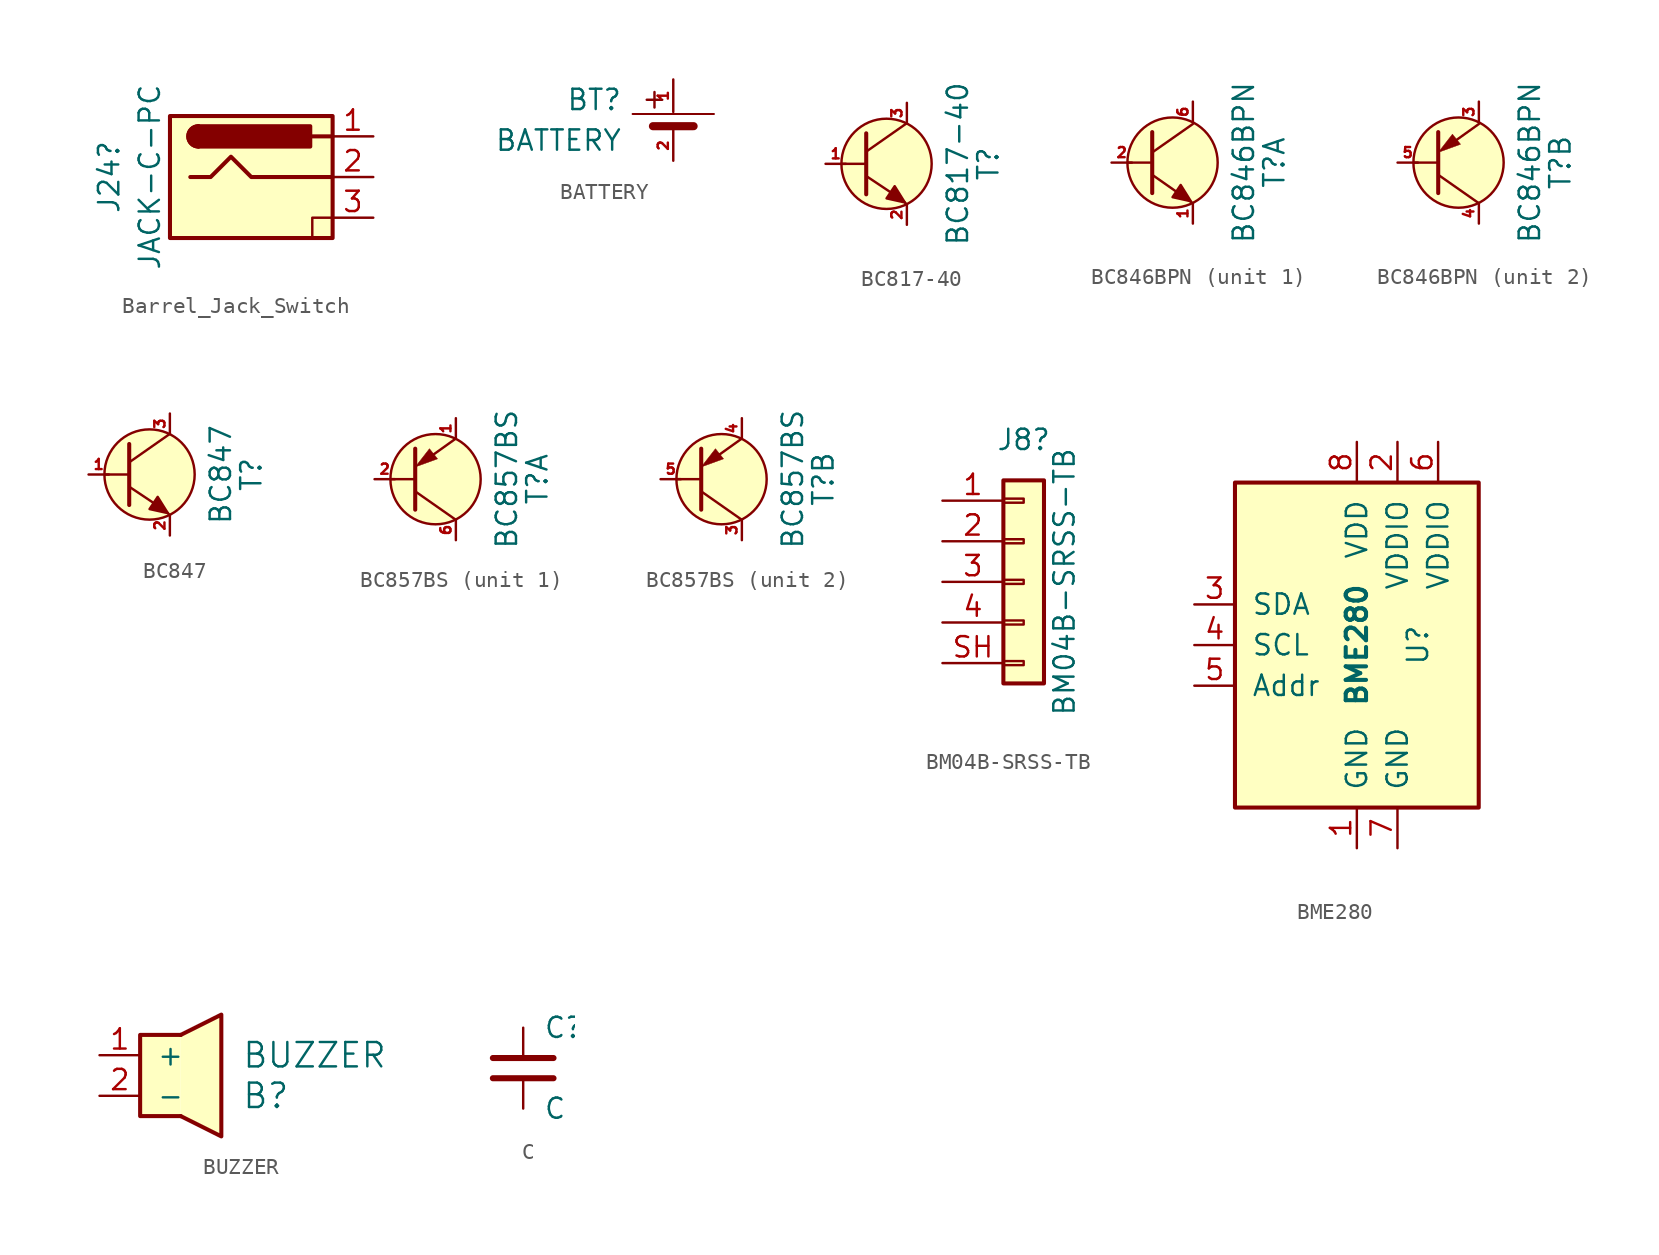
<source format=kicad_sym>
(kicad_symbol_lib
  (version 20231120)
  (generator "kicad_symbol_editor")
  (generator_version "8.0")
  (symbol "Barrel_Jack_Switch"
    (pin_names hide)
    (property "Reference" "J24"
      (at -8.89 0 90)
      (effects (font (size 1.27 1.27))))
    (property "Value" "JACK-C-PC"
      (at -6.35 0 90)
      (effects (font (size 1.27 1.27))))
    (symbol "Barrel_Jack_Switch_0_1"
      (rectangle (start -5.08 3.81) (end 5.08 -3.81) (stroke (width 0.254) (type default)) (fill (type background)))
      (arc (start -3.302 3.175) (mid -3.9343 2.54) (end -3.302 1.905) (stroke (width 0.254) (type default)) (fill (type none)))
      (arc (start -3.302 3.175) (mid -3.9343 2.54) (end -3.302 1.905) (stroke (width 0.254) (type default)) (fill (type outline)))
      (polyline (pts (xy 5.08 2.54) (xy 3.81 2.54)) (stroke (width 0.254) (type default)) (fill (type none)))
      (polyline (pts (xy 5.08 -2.54) (xy 3.81 -2.54) (xy 3.81 -3.81)) (stroke (width 0) (type default)) (fill (type none)))
      (polyline (pts (xy -3.81 0) (xy -2.54 0) (xy -1.27 1.27) (xy 0 0) (xy 2.54 0) (xy 5.08 0)) (stroke (width 0.254) (type default)) (fill (type none)))
      (rectangle (start 3.683 3.175) (end -3.302 1.905) (stroke (width 0.254) (type default)) (fill (type outline))))
    (symbol "Barrel_Jack_Switch_1_1"
      (pin passive line (at 7.62 2.54 180) (length 2.54) (name "~" (effects (font (size 1.27 1.27)))) (number "1" (effects (font (size 1.27 1.27)))))
      (pin passive line (at 7.62 0 180) (length 2.54) (name "~" (effects (font (size 1.27 1.27)))) (number "2" (effects (font (size 1.27 1.27)))))
      (pin passive line (at 7.62 -2.54 180) (length 2.54) (name "shield" (effects (font (size 1.27 1.27)))) (number "3" (effects (font (size 1.27 1.27)))))))
  (symbol "BATTERY"
    (pin_names
      (offset 0) hide)
    (property "Reference" "BT"
      (at -3.175 1.27 0)
      (effects (font (size 1.27 1.27)) (justify right)))
    (property "Value" "BATTERY"
      (at -3.175 -1.27 0)
      (effects (font (size 1.27 1.27)) (justify right)))
    (symbol "BATTERY_0_0"
      (text "+" (at -1.27 1.27 900) (effects (font (size 1.27 1.27)))))
    (symbol "BATTERY_0_1"
      (polyline (pts (xy 1.27 -0.381) (xy -1.27 -0.381) (xy -1.27 -0.381)) (stroke (width 0.508) (type default)) (fill (type none)))
      (polyline (pts (xy 2.54 0.381) (xy -2.54 0.381) (xy -2.54 0.381)) (stroke (width 0.127) (type default)) (fill (type none))))
    (symbol "BATTERY_1_1"
      (pin passive line (at 0 2.54 270) (length 2.032) (name "+" (effects (font (size 1.27 1.27)))) (number "1" (effects (font (size 0.635 0.635)))))
      (pin passive line (at 0 -2.54 90) (length 1.905) (name "-" (effects (font (size 1.27 1.27)))) (number "2" (effects (font (size 0.635 0.635)))))))
  (symbol "BC817-40"
    (pin_names
      (offset 0))
    (property "Reference" "T"
      (at 7.62 0 90)
      (effects (font (size 1.27 1.27))))
    (property "Value" "BC817-40"
      (at 5.715 0 90)
      (effects (font (size 1.27 1.27))))
    (symbol "BC817-40_0_1"
      (polyline (pts (xy 0 0) (xy -1.524 0) (xy -1.524 0)) (stroke (width 0) (type default)) (fill (type none)))
      (polyline (pts (xy 0 1.905) (xy 0 -1.905) (xy 0 -1.905)) (stroke (width 0.254) (type default)) (fill (type none)))
      (polyline (pts (xy 1.524 -1.778) (xy 0 -0.762) (xy 0 -0.762)) (stroke (width 0) (type default)) (fill (type none)))
      (polyline (pts (xy 2.286 -2.286) (xy 2.54 -2.54) (xy 2.54 -2.54)) (stroke (width 0) (type default)) (fill (type none)))
      (polyline (pts (xy 2.54 2.54) (xy 0 0.762) (xy 0 0.762) (xy 0 0.762)) (stroke (width 0) (type default)) (fill (type none)))
      (polyline (pts (xy 1.27 -2.159) (xy 2.413 -2.413) (xy 1.778 -1.397) (xy 1.27 -2.159) (xy 1.27 -2.159)) (stroke (width 0) (type default)) (fill (type outline)))
      (circle (center 1.27 0) (radius 2.819) (stroke (width 0) (type default)) (fill (type background))))
    (symbol "BC817-40_1_1"
      (pin passive line (at -2.54 0 0) (length 1.27) (name "~" (effects (font (size 0.635 0.635)))) (number "1" (effects (font (size 0.635 0.635)))))
      (pin passive line (at 2.54 -3.81 90) (length 1.27) (name "~" (effects (font (size 0.635 0.635)))) (number "2" (effects (font (size 0.635 0.635)))))
      (pin passive line (at 2.54 3.81 270) (length 1.27) (name "~" (effects (font (size 0.635 0.635)))) (number "3" (effects (font (size 0.635 0.635)))))))
  (symbol "BC846BPN"
    (pin_names
      (offset 0))
    (property "Reference" "T"
      (at 7.62 0 90)
      (effects (font (size 1.27 1.27))))
    (property "Value" "BC846BPN"
      (at 5.715 0 90)
      (effects (font (size 1.27 1.27))))
    (symbol "BC846BPN_0_1"
      (polyline (pts (xy 0 0) (xy -1.524 0) (xy -1.524 0)) (stroke (width 0) (type default)) (fill (type none)))
      (polyline (pts (xy 0 1.905) (xy 0 -1.905) (xy 0 -1.905)) (stroke (width 0.254) (type default)) (fill (type none)))
      (circle (center 1.27 0) (radius 2.819) (stroke (width 0) (type default)) (fill (type background))))
    (symbol "BC846BPN_1_1"
      (polyline (pts (xy 2.54 -2.54) (xy 0 -0.762) (xy 0 -0.762)) (stroke (width 0) (type default)) (fill (type none)))
      (polyline (pts (xy 2.54 2.413) (xy 0 0.635) (xy 0 0.508)) (stroke (width 0) (type default)) (fill (type none)))
      (polyline (pts (xy 1.27 -2.159) (xy 2.413 -2.413) (xy 1.778 -1.397) (xy 1.27 -2.159) (xy 1.27 -2.159)) (stroke (width 0) (type default)) (fill (type outline)))
      (pin passive line (at 2.54 -3.81 90) (length 1.27) (name "~" (effects (font (size 0.635 0.635)))) (number "1" (effects (font (size 0.635 0.635)))))
      (pin passive line (at -2.54 0 0) (length 1.27) (name "~" (effects (font (size 0.635 0.635)))) (number "2" (effects (font (size 0.635 0.635)))))
      (pin passive line (at 2.54 3.81 270) (length 1.27) (name "~" (effects (font (size 0.635 0.635)))) (number "6" (effects (font (size 0.635 0.635))))))
    (symbol "BC846BPN_2_1"
      (polyline (pts (xy 2.54 -2.54) (xy 0 -0.762) (xy 0 -0.762)) (stroke (width 0) (type default)) (fill (type none)))
      (polyline (pts (xy 2.54 2.413) (xy 0.762 1.143) (xy 0.762 1.143)) (stroke (width 0) (type default)) (fill (type none)))
      (polyline (pts (xy 0 0.635) (xy 1.397 1.143) (xy 0.889 1.778) (xy 0 0.635) (xy 0 0.635)) (stroke (width 0.025) (type default)) (fill (type outline)))
      (pin passive line (at 2.54 3.81 270) (length 1.27) (name "~" (effects (font (size 0.635 0.635)))) (number "3" (effects (font (size 0.635 0.635)))))
      (pin passive line (at 2.54 -3.81 90) (length 1.27) (name "~" (effects (font (size 0.635 0.635)))) (number "4" (effects (font (size 0.635 0.635)))))
      (pin passive line (at -2.54 0 0) (length 1.27) (name "~" (effects (font (size 0.635 0.635)))) (number "5" (effects (font (size 0.635 0.635)))))))
  (symbol "BC847"
    (pin_names
      (offset 0))
    (property "Reference" "T"
      (at 7.62 0 90)
      (effects (font (size 1.27 1.27))))
    (property "Value" "BC847"
      (at 5.715 0 90)
      (effects (font (size 1.27 1.27))))
    (property "Part" ""
      (at 0 0 0)
      (effects (font (size 1.27 1.27))))
    (symbol "BC847_0_1"
      (polyline (pts (xy 0 0) (xy -1.524 0) (xy -1.524 0)) (stroke (width 0) (type default)) (fill (type none)))
      (polyline (pts (xy 0 1.905) (xy 0 -1.905) (xy 0 -1.905)) (stroke (width 0.254) (type default)) (fill (type none)))
      (polyline (pts (xy 1.524 -1.778) (xy 0 -0.762) (xy 0 -0.762)) (stroke (width 0) (type default)) (fill (type none)))
      (polyline (pts (xy 2.286 -2.286) (xy 2.54 -2.54) (xy 2.54 -2.54)) (stroke (width 0) (type default)) (fill (type none)))
      (polyline (pts (xy 2.54 2.54) (xy 0 0.762) (xy 0 0.762) (xy 0 0.762)) (stroke (width 0) (type default)) (fill (type none)))
      (polyline (pts (xy 1.27 -2.159) (xy 2.413 -2.413) (xy 1.778 -1.397) (xy 1.27 -2.159) (xy 1.27 -2.159)) (stroke (width 0) (type default)) (fill (type outline)))
      (circle (center 1.27 0) (radius 2.819) (stroke (width 0) (type default)) (fill (type background))))
    (symbol "BC847_1_1"
      (pin passive line (at -2.54 0 0) (length 1.27) (name "~" (effects (font (size 0.635 0.635)))) (number "1" (effects (font (size 0.635 0.635)))))
      (pin passive line (at 2.54 -3.81 90) (length 1.27) (name "~" (effects (font (size 0.635 0.635)))) (number "2" (effects (font (size 0.635 0.635)))))
      (pin passive line (at 2.54 3.81 270) (length 1.27) (name "~" (effects (font (size 0.635 0.635)))) (number "3" (effects (font (size 0.635 0.635)))))))
  (symbol "BC857BS"
    (pin_names
      (offset 0) hide)
    (property "Reference" "T"
      (at 7.62 0 90)
      (effects (font (size 1.27 1.27))))
    (property "Value" "BC857BS"
      (at 5.715 0 90)
      (effects (font (size 1.27 1.27))))
    (property "Datasheet" ""
      (at 0 0 0)
      (effects (font (size 1.524 1.524))))
    (symbol "BC857BS_0_1"
      (polyline (pts (xy 0 -0.762) (xy 2.54 -2.54) (xy 2.54 -2.54)) (stroke (width 0) (type default)) (fill (type none)))
      (polyline (pts (xy 0 0) (xy -1.524 0) (xy -1.524 0)) (stroke (width 0) (type default)) (fill (type none)))
      (polyline (pts (xy 0 1.905) (xy 0 -1.905) (xy 0 -1.905)) (stroke (width 0.254) (type default)) (fill (type outline)))
      (polyline (pts (xy 2.54 2.54) (xy 0.762 1.27) (xy 0.762 1.27)) (stroke (width 0) (type default)) (fill (type none)))
      (polyline (pts (xy 0 0.762) (xy 1.397 1.27) (xy 0.889 1.905) (xy 0 0.762) (xy 0 0.762)) (stroke (width 0.025) (type default)) (fill (type outline)))
      (circle (center 1.27 0) (radius 2.819) (stroke (width 0) (type default)) (fill (type background))))
    (symbol "BC857BS_1_1"
      (pin passive line (at 2.54 3.81 270) (length 1.27) (name "~" (effects (font (size 0.635 0.635)))) (number "1" (effects (font (size 0.635 0.635)))))
      (pin passive line (at -2.54 0 0) (length 1.27) (name "~" (effects (font (size 0.635 0.635)))) (number "2" (effects (font (size 0.635 0.635)))))
      (pin passive line (at 2.54 -3.81 90) (length 1.27) (name "~" (effects (font (size 0.635 0.635)))) (number "6" (effects (font (size 0.635 0.635))))))
    (symbol "BC857BS_2_1"
      (pin passive line (at 2.54 -3.81 90) (length 1.27) (name "~" (effects (font (size 0.635 0.635)))) (number "3" (effects (font (size 0.635 0.635)))))
      (pin passive line (at 2.54 3.81 270) (length 1.27) (name "~" (effects (font (size 0.635 0.635)))) (number "4" (effects (font (size 0.635 0.635)))))
      (pin passive line (at -2.54 0 0) (length 1.27) (name "~" (effects (font (size 0.635 0.635)))) (number "5" (effects (font (size 0.635 0.635)))))))
  (symbol "BM04B-SRSS-TB"
    (pin_names
      (offset 1.016) hide)
    (property "Reference" "J8"
      (at 0 8.89 0)
      (effects (font (size 1.27 1.27))))
    (property "Value" "BM04B-SRSS-TB"
      (at 2.54 0 90)
      (effects (font (size 1.27 1.27))))
    (symbol "BM04B-SRSS-TB_1_1"
      (rectangle (start -1.27 -4.953) (end 0 -5.207) (stroke (width 0.152) (type default)) (fill (type none)))
      (rectangle (start -1.27 -2.413) (end 0 -2.667) (stroke (width 0.152) (type default)) (fill (type none)))
      (rectangle (start -1.27 0.127) (end 0 -0.127) (stroke (width 0.152) (type default)) (fill (type none)))
      (rectangle (start -1.27 2.667) (end 0 2.413) (stroke (width 0.152) (type default)) (fill (type none)))
      (rectangle (start -1.27 5.207) (end 0 4.953) (stroke (width 0.152) (type default)) (fill (type none)))
      (rectangle (start -1.27 6.35) (end 1.27 -6.35) (stroke (width 0.254) (type default)) (fill (type background)))
      (pin passive line (at -5.08 5.08 0) (length 3.81) (name "Pin_1" (effects (font (size 1.27 1.27)))) (number "1" (effects (font (size 1.27 1.27)))))
      (pin passive line (at -5.08 2.54 0) (length 3.81) (name "Pin_2" (effects (font (size 1.27 1.27)))) (number "2" (effects (font (size 1.27 1.27)))))
      (pin passive line (at -5.08 0 0) (length 3.81) (name "Pin_3" (effects (font (size 1.27 1.27)))) (number "3" (effects (font (size 1.27 1.27)))))
      (pin passive line (at -5.08 -2.54 0) (length 3.81) (name "Pin_4" (effects (font (size 1.27 1.27)))) (number "4" (effects (font (size 1.27 1.27)))))
      (pin passive line (at -5.08 -5.08 0) (length 3.81) (name "Pin_5" (effects (font (size 1.27 1.27)))) (number "SH" (effects (font (size 1.27 1.27)))))))
  (symbol "BME280"
    (pin_names
      (offset 1.016))
    (property "Reference" "U"
      (at 2.54 0 90)
      (effects (font (size 1.27 1.27))))
    (property "Value" "BME280"
      (at -1.27 0 90)
      (effects (font (size 1.27 1.27) (bold yes))))
    (symbol "BME280_0_1"
      (rectangle (start -8.89 10.16) (end 6.35 -10.16) (stroke (width 0.254) (type default)) (fill (type background))))
    (symbol "BME280_1_1"
      (pin passive line (at -1.27 -12.7 90) (length 2.54) (name "GND" (effects (font (size 1.27 1.27)))) (number "1" (effects (font (size 1.27 1.27)))))
      (pin passive line (at 1.27 12.7 270) (length 2.54) (name "VDDIO" (effects (font (size 1.27 1.27)))) (number "2" (effects (font (size 1.27 1.27)))))
      (pin passive line (at -11.43 2.54 0) (length 2.54) (name "SDA" (effects (font (size 1.27 1.27)))) (number "3" (effects (font (size 1.27 1.27)))))
      (pin passive line (at -11.43 0 0) (length 2.54) (name "SCL" (effects (font (size 1.27 1.27)))) (number "4" (effects (font (size 1.27 1.27)))))
      (pin passive line (at -11.43 -2.54 0) (length 2.54) (name "Addr" (effects (font (size 1.27 1.27)))) (number "5" (effects (font (size 1.27 1.27)))))
      (pin passive line (at 3.81 12.7 270) (length 2.54) (name "VDDIO" (effects (font (size 1.27 1.27)))) (number "6" (effects (font (size 1.27 1.27)))))
      (pin passive line (at 1.27 -12.7 90) (length 2.54) (name "GND" (effects (font (size 1.27 1.27)))) (number "7" (effects (font (size 1.27 1.27)))))
      (pin passive line (at -1.27 12.7 270) (length 2.54) (name "VDD" (effects (font (size 1.27 1.27)))) (number "8" (effects (font (size 1.27 1.27)))))))
  (symbol "BUZZER"
    (pin_names
      (offset 1.016))
    (property "Reference" "B"
      (at 6.35 -1.27 0)
      (effects (font (size 1.524 1.524)) (justify left)))
    (property "Value" "BUZZER"
      (at 6.35 1.27 0)
      (effects (font (size 1.524 1.524)) (justify left)))
    (property "Datasheet" ""
      (at 0 0 0)
      (effects (font (size 1.524 1.524))))
    (symbol "BUZZER_0_1"
      (polyline (pts (xy 2.54 2.54) (xy 0 2.54) (xy 0 -2.54) (xy 2.54 -2.54)) (stroke (width 0.254) (type default)) (fill (type background)))
      (polyline (pts (xy 2.54 2.54) (xy 5.08 3.81) (xy 5.08 -3.81) (xy 2.54 -2.54)) (stroke (width 0.254) (type default)) (fill (type background))))
    (symbol "BUZZER_1_1"
      (pin passive line (at -2.54 1.27 0) (length 2.54) (name "+" (effects (font (size 1.27 1.27)))) (number "1" (effects (font (size 1.27 1.27)))))
      (pin passive line (at -2.54 -1.27 0) (length 2.54) (name "-" (effects (font (size 1.27 1.27)))) (number "2" (effects (font (size 1.27 1.27)))))))
  (symbol "C"
    (pin_numbers hide)
    (pin_names
      (offset 0.254))
    (property "Reference" "C"
      (at 1.27 2.54 0)
      (effects (font (size 1.27 1.27)) (justify left)))
    (property "Value" "C"
      (at 1.27 -2.54 0)
      (effects (font (size 1.27 1.27)) (justify left)))
    (property "Datasheet" ""
      (at 0 0 0)
      (effects (font (size 1.524 1.524))))
    (symbol "C_0_1"
      (polyline (pts (xy -1.905 0.635) (xy 1.905 0.635) (xy 1.905 0.635)) (stroke (width 0.381) (type default)) (fill (type none)))
      (polyline (pts (xy 1.905 -0.635) (xy -1.905 -0.635) (xy -1.905 -0.635)) (stroke (width 0.381) (type default)) (fill (type none))))
    (symbol "C_1_1"
      (pin passive line (at 0 2.54 270) (length 1.905) (name "~" (effects (font (size 1.016 1.016)))) (number "1" (effects (font (size 1.016 1.016)))))
      (pin passive line (at 0 -2.54 90) (length 1.905) (name "~" (effects (font (size 1.016 1.016)))) (number "2" (effects (font (size 1.016 1.016))))))))
</source>
